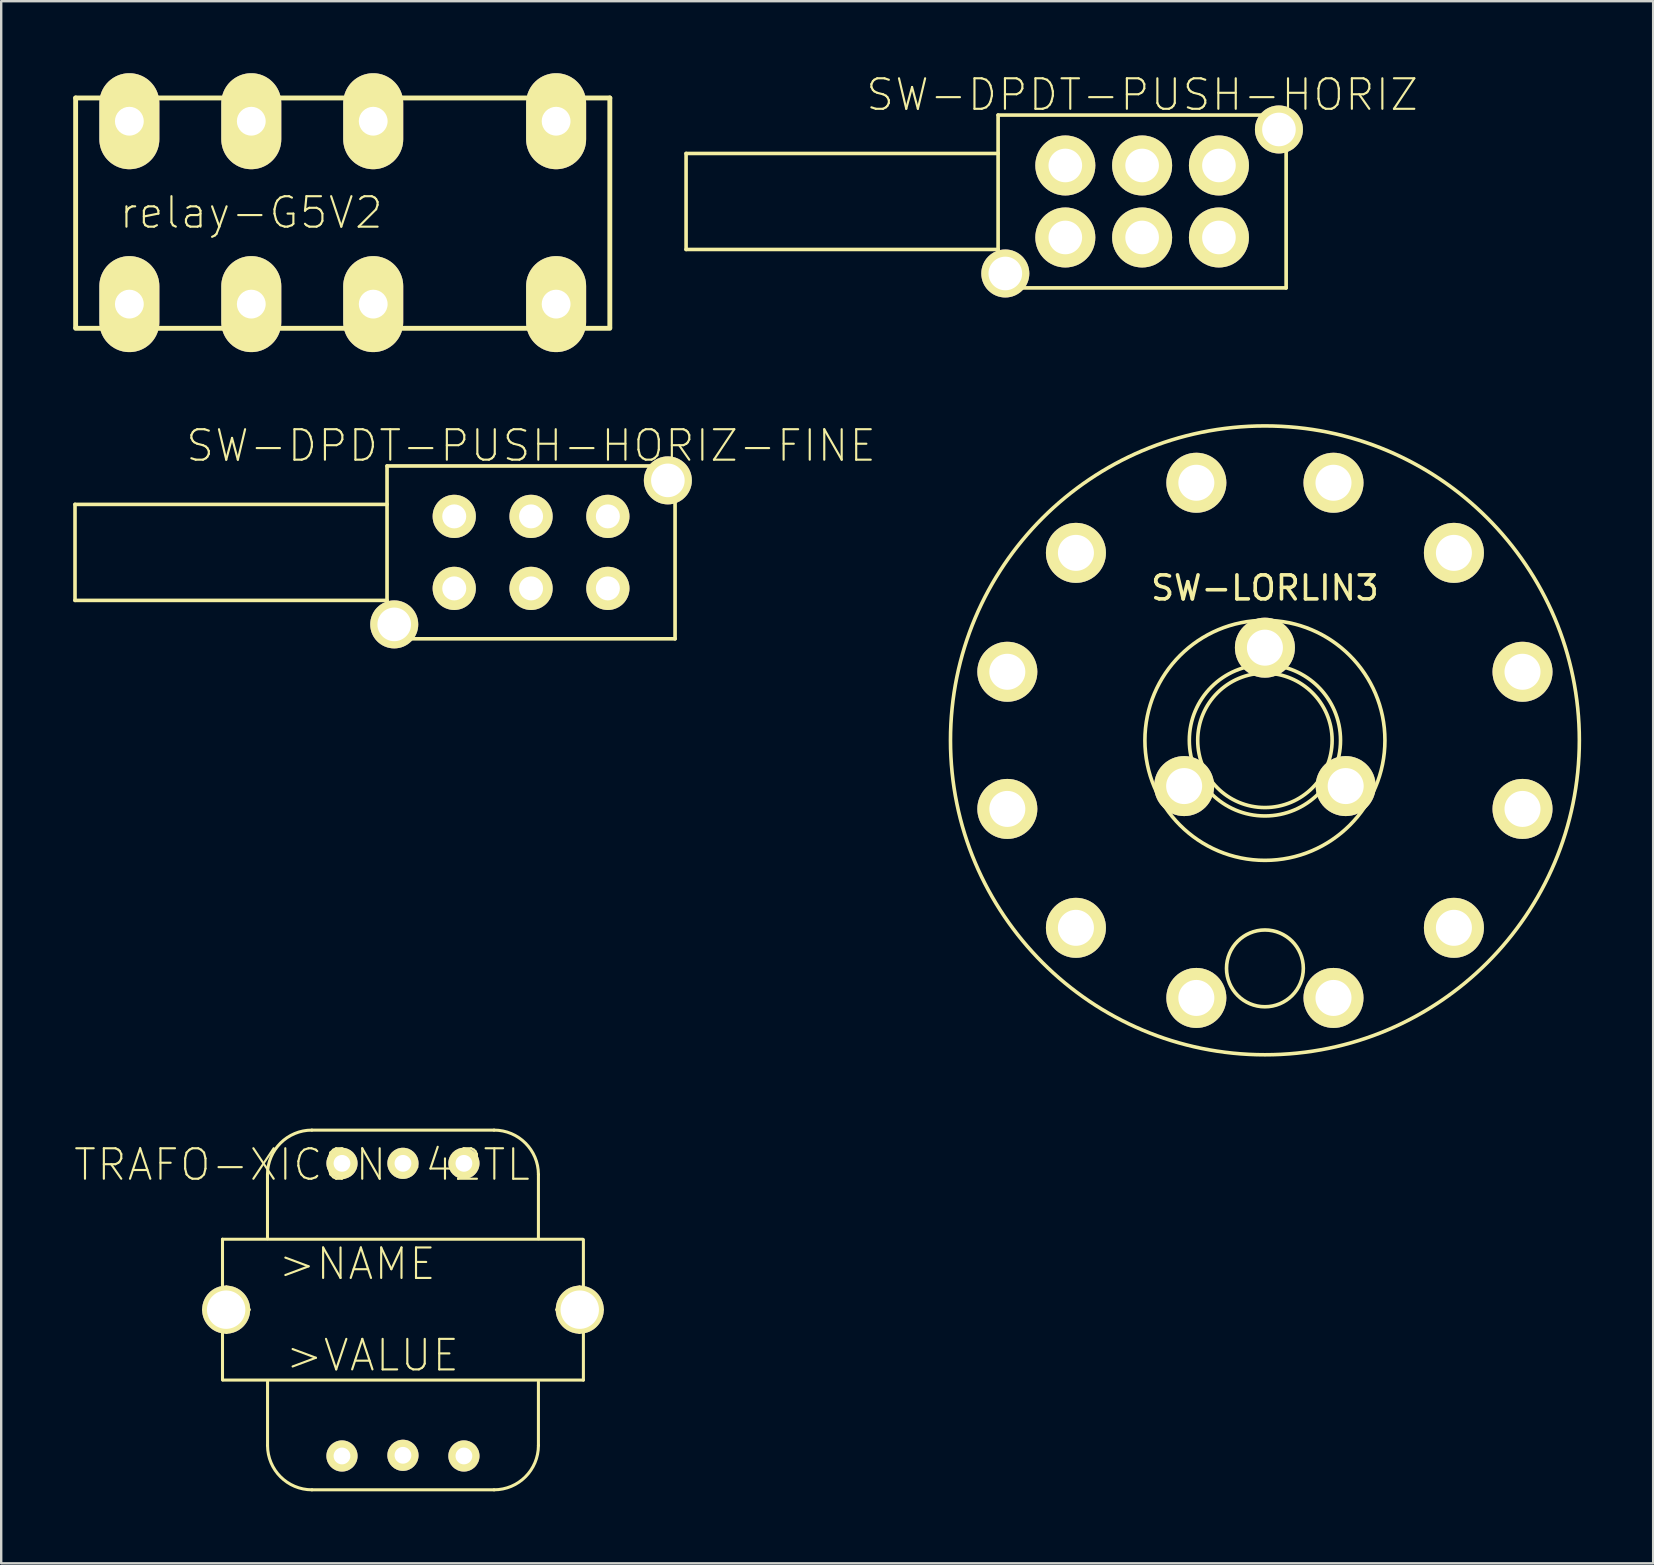
<source format=kicad_pcb>
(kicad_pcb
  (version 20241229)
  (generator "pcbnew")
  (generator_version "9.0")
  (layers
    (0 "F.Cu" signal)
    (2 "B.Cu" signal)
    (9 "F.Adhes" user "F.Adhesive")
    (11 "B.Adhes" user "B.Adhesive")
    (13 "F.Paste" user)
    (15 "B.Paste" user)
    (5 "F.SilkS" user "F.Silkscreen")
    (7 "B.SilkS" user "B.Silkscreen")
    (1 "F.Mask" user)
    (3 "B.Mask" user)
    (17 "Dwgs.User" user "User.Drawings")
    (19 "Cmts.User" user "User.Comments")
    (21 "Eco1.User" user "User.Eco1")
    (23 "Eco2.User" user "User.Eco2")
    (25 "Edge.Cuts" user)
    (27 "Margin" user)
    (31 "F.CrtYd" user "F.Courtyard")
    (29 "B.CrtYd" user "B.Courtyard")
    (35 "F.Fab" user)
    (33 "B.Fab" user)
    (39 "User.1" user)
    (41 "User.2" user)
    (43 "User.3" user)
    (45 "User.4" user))
  (footprint "SW-DPDT-PUSH-HORIZ"
    (layer "F.Cu")
    (at 44.534 5.344)
    (property "Reference" "SW-DPDT-PUSH-HORIZ" (at 0 -4.445 0) (layer "F.SilkS") (effects (font (size 1.27 1.27) (thickness 0.089))))
    (attr exclude_from_pos_files exclude_from_bom)
    (fp_line (start -19 -2) (end -19 2) (stroke (width 0.15) (type solid)) (layer "F.SilkS"))
    (fp_line (start -19 2) (end -6 2) (stroke (width 0.15) (type solid)) (layer "F.SilkS"))
    (fp_line (start -6 -3.6) (end 6 -3.6) (stroke (width 0.152) (type solid)) (layer "F.SilkS"))
    (fp_line (start -6 -2) (end -19 -2) (stroke (width 0.15) (type solid)) (layer "F.SilkS"))
    (fp_line (start -6 3.6) (end -6 -3.6) (stroke (width 0.152) (type solid)) (layer "F.SilkS"))
    (fp_line (start -6 3.6) (end 6 3.6) (stroke (width 0.152) (type solid)) (layer "F.SilkS"))
    (fp_line (start 6 3.6) (end 6 -3.6) (stroke (width 0.152) (type solid)) (layer "F.SilkS"))
    (pad "1" thru_hole circle (at -3.2 1.5) (size 2.5 2.5) (drill 1.4) (layers "*.Cu" "*.Mask" "F.SilkS"))
    (pad "2" thru_hole circle (at 0 1.5) (size 2.5 2.5) (drill 1.4) (layers "*.Cu" "*.Mask" "F.SilkS"))
    (pad "3" thru_hole circle (at 3.2 1.5) (size 2.5 2.5) (drill 1.4) (layers "*.Cu" "*.Mask" "F.SilkS"))
    (pad "4" thru_hole circle (at -3.2 -1.5) (size 2.5 2.5) (drill 1.4) (layers "*.Cu" "*.Mask" "F.SilkS"))
    (pad "5" thru_hole circle (at 0 -1.5) (size 2.5 2.5) (drill 1.4) (layers "*.Cu" "*.Mask" "F.SilkS"))
    (pad "6" thru_hole circle (at 3.2 -1.5) (size 2.5 2.5) (drill 1.4) (layers "*.Cu" "*.Mask" "F.SilkS"))
    (pad "G" thru_hole circle (at -5.7 3) (size 2 2) (drill 1.4) (layers "*.Cu" "*.Mask" "F.SilkS"))
    (pad "G" thru_hole circle (at 5.7 -3) (size 2 2) (drill 1.4) (layers "*.Cu" "*.Mask" "F.SilkS")))
  (footprint "TRAFO-XICON-42TL"
    (layer "F.Cu")
    (at 13.738 51.514)
    (property "Reference" "TRAFO-XICON-42TL" (at -4.206 -6.038 0) (layer "F.SilkS") (effects (font (size 1.27 1.27) (thickness 0.089))))
    (attr exclude_from_pos_files exclude_from_bom)
    (fp_line (start -8.303 0) (end -6.401 0) (stroke (width 0.127) (type solid)) (layer "F.SilkS"))
    (fp_line (start -7.518 2.931) (end -7.518 -2.934) (stroke (width 0.127) (type solid)) (layer "F.SilkS"))
    (fp_line (start -7.493 2.934) (end 7.518 2.934) (stroke (width 0.127) (type solid)) (layer "F.SilkS"))
    (fp_line (start -7.353 0.95) (end -7.353 -0.95) (stroke (width 0.127) (type solid)) (layer "F.SilkS"))
    (fp_line (start -5.644 -2.957) (end -5.644 -5.631) (stroke (width 0.127) (type solid)) (layer "F.SilkS"))
    (fp_line (start -5.641 5.657) (end -5.641 3.01) (stroke (width 0.127) (type solid)) (layer "F.SilkS"))
    (fp_line (start -3.792 7.506) (end 3.795 7.506) (stroke (width 0.127) (type solid)) (layer "F.SilkS"))
    (fp_line (start 3.795 -7.48) (end -3.795 -7.48) (stroke (width 0.127) (type solid)) (layer "F.SilkS"))
    (fp_line (start 5.644 -5.631) (end 5.644 -2.957) (stroke (width 0.127) (type solid)) (layer "F.SilkS"))
    (fp_line (start 5.644 5.657) (end 5.644 3.01) (stroke (width 0.127) (type solid)) (layer "F.SilkS"))
    (fp_line (start 6.401 0) (end 8.303 0) (stroke (width 0.127) (type solid)) (layer "F.SilkS"))
    (fp_line (start 7.353 0.95) (end 7.353 -0.95) (stroke (width 0.127) (type solid)) (layer "F.SilkS"))
    (fp_line (start 7.493 -2.934) (end -7.518 -2.934) (stroke (width 0.127) (type solid)) (layer "F.SilkS"))
    (fp_line (start 7.518 -2.916) (end 7.518 2.934) (stroke (width 0.127) (type solid)) (layer "F.SilkS"))
    (fp_arc (start -5.64388 -5.63118) (mid -5.102285 -6.938705) (end -3.79476 -7.4803) (stroke (width 0.127) (type solid)) (layer "F.SilkS"))
    (fp_arc (start -3.79222 7.5057) (mid -5.099745 6.964105) (end -5.64134 5.65658) (stroke (width 0.127) (type solid)) (layer "F.SilkS"))
    (fp_arc (start 3.79476 -7.4803) (mid 5.102285 -6.938705) (end 5.64388 -5.63118) (stroke (width 0.127) (type solid)) (layer "F.SilkS"))
    (fp_arc (start 5.64388 5.65658) (mid 5.102285 6.964105) (end 3.79476 7.5057) (stroke (width 0.127) (type solid)) (layer "F.SilkS"))
    (fp_circle (center -7.353 0) (end -7.828 0.475) (stroke (width 0.127) (type solid)) (fill no) (layer "F.SilkS"))
    (fp_circle (center 7.353 0) (end 7.828 0.475) (stroke (width 0.127) (type solid)) (fill no) (layer "F.SilkS"))
    (fp_text user ">VALUE" (at -1.27 1.905 0) (layer "F.SilkS") (effects (font (size 1.27 1.27) (thickness 0.089))))
    (fp_text user ">NAME" (at -1.905 -1.905 0) (layer "F.SilkS") (effects (font (size 1.27 1.27) (thickness 0.089))))
    (pad "1" thru_hole circle (at -2.54 6.096) (size 1.298 1.298) (drill 0.699) (layers "*.Cu" "*.Mask" "F.SilkS"))
    (pad "2" thru_hole circle (at 0 6.068) (size 1.298 1.298) (drill 0.699) (layers "*.Cu" "*.Mask" "F.SilkS"))
    (pad "3" thru_hole circle (at 2.54 6.096) (size 1.298 1.298) (drill 0.699) (layers "*.Cu" "*.Mask" "F.SilkS"))
    (pad "4" thru_hole circle (at 2.54 -6.096) (size 1.298 1.298) (drill 0.699) (layers "*.Cu" "*.Mask" "F.SilkS"))
    (pad "5" thru_hole circle (at 0 -6.096) (size 1.298 1.298) (drill 0.699) (layers "*.Cu" "*.Mask" "F.SilkS"))
    (pad "6" thru_hole circle (at -2.54 -6.096) (size 1.298 1.298) (drill 0.699) (layers "*.Cu" "*.Mask" "F.SilkS"))
    (pad "X" thru_hole circle (at -7.366 0) (size 2 2) (drill 1.6) (layers "*.Cu" "*.Mask" "F.SilkS"))
    (pad "X" thru_hole circle (at 7.366 0) (size 2 2) (drill 1.6) (layers "*.Cu" "*.Mask" "F.SilkS")))
  (footprint "SW-LORLIN3"
    (layer "F.Cu")
    (at 49.65 27.795)
    (property "Reference" "SW-LORLIN3" (at 0 -6.35 0) (layer "F.SilkS") (effects (font (size 1 1) (thickness 0.15))))
    (attr through_hole)
    (fp_circle (center 0 0) (end 2.8 0) (stroke (width 0.15) (type solid)) (fill no) (layer "F.SilkS"))
    (fp_circle (center 0 0) (end 3.15 0) (stroke (width 0.15) (type solid)) (fill no) (layer "F.SilkS"))
    (fp_circle (center 0 0) (end 5 0) (stroke (width 0.15) (type solid)) (fill no) (layer "F.SilkS"))
    (fp_circle (center 0 0) (end 13.1 0) (stroke (width 0.15) (type solid)) (fill no) (layer "F.SilkS"))
    (fp_circle (center 0 9.5) (end 0 11.1) (stroke (width 0.15) (type solid)) (fill no) (layer "F.SilkS"))
    (pad "1" thru_hole circle (at -2.857 10.732) (size 2.5 2.5) (drill 1.5) (layers "*.Cu" "*.Mask" "F.SilkS"))
    (pad "2" thru_hole circle (at -7.874 7.811) (size 2.5 2.5) (drill 1.5) (layers "*.Cu" "*.Mask" "F.SilkS"))
    (pad "3" thru_hole circle (at -10.732 2.857) (size 2.5 2.5) (drill 1.5) (layers "*.Cu" "*.Mask" "F.SilkS"))
    (pad "4" thru_hole circle (at -10.732 -2.857) (size 2.5 2.5) (drill 1.5) (layers "*.Cu" "*.Mask" "F.SilkS"))
    (pad "5" thru_hole circle (at -7.874 -7.811) (size 2.5 2.5) (drill 1.5) (layers "*.Cu" "*.Mask" "F.SilkS"))
    (pad "6" thru_hole circle (at -2.857 -10.732) (size 2.5 2.5) (drill 1.5) (layers "*.Cu" "*.Mask" "F.SilkS"))
    (pad "7" thru_hole circle (at 2.857 -10.732) (size 2.5 2.5) (drill 1.5) (layers "*.Cu" "*.Mask" "F.SilkS"))
    (pad "8" thru_hole circle (at 7.874 -7.811) (size 2.5 2.5) (drill 1.5) (layers "*.Cu" "*.Mask" "F.SilkS"))
    (pad "9" thru_hole circle (at 10.732 -2.857) (size 2.5 2.5) (drill 1.5) (layers "*.Cu" "*.Mask" "F.SilkS"))
    (pad "10" thru_hole circle (at 10.732 2.857) (size 2.5 2.5) (drill 1.5) (layers "*.Cu" "*.Mask" "F.SilkS"))
    (pad "11" thru_hole circle (at 7.874 7.811) (size 2.5 2.5) (drill 1.5) (layers "*.Cu" "*.Mask" "F.SilkS"))
    (pad "12" thru_hole circle (at 2.857 10.732) (size 2.5 2.5) (drill 1.5) (layers "*.Cu" "*.Mask" "F.SilkS"))
    (pad "A" thru_hole circle (at -3.365 1.905) (size 2.5 2.5) (drill 1.5) (layers "*.Cu" "*.Mask" "F.SilkS"))
    (pad "B" thru_hole circle (at 0 -3.861) (size 2.5 2.5) (drill 1.5) (layers "*.Cu" "*.Mask" "F.SilkS"))
    (pad "C" thru_hole circle (at 3.365 1.905) (size 2.5 2.5) (drill 1.5) (layers "*.Cu" "*.Mask" "F.SilkS")))
  (footprint "SW-DPDT-PUSH-HORIZ-FINE"
    (layer "F.Cu")
    (at 19.075 19.964)
    (property "Reference" "SW-DPDT-PUSH-HORIZ-FINE" (at 0 -4.445 0) (layer "F.SilkS") (effects (font (size 1.27 1.27) (thickness 0.089))))
    (attr exclude_from_pos_files exclude_from_bom)
    (fp_line (start -19 -2) (end -19 2) (stroke (width 0.15) (type solid)) (layer "F.SilkS"))
    (fp_line (start -19 2) (end -6 2) (stroke (width 0.15) (type solid)) (layer "F.SilkS"))
    (fp_line (start -6 -3.6) (end 6 -3.6) (stroke (width 0.152) (type solid)) (layer "F.SilkS"))
    (fp_line (start -6 -2) (end -19 -2) (stroke (width 0.15) (type solid)) (layer "F.SilkS"))
    (fp_line (start -6 3.6) (end -6 -3.6) (stroke (width 0.152) (type solid)) (layer "F.SilkS"))
    (fp_line (start -6 3.6) (end 6 3.6) (stroke (width 0.152) (type solid)) (layer "F.SilkS"))
    (fp_line (start 6 3.6) (end 6 -3.6) (stroke (width 0.152) (type solid)) (layer "F.SilkS"))
    (pad "1" thru_hole circle (at -3.2 1.5) (size 1.8 1.8) (drill 1) (layers "*.Cu" "*.Mask" "F.SilkS"))
    (pad "2" thru_hole circle (at 0 1.5) (size 1.8 1.8) (drill 1) (layers "*.Cu" "*.Mask" "F.SilkS"))
    (pad "3" thru_hole circle (at 3.2 1.5) (size 1.8 1.8) (drill 1) (layers "*.Cu" "*.Mask" "F.SilkS"))
    (pad "4" thru_hole circle (at -3.2 -1.5) (size 1.8 1.8) (drill 1) (layers "*.Cu" "*.Mask" "F.SilkS"))
    (pad "5" thru_hole circle (at 0 -1.5) (size 1.8 1.8) (drill 1) (layers "*.Cu" "*.Mask" "F.SilkS"))
    (pad "6" thru_hole circle (at 3.2 -1.5) (size 1.8 1.8) (drill 1) (layers "*.Cu" "*.Mask" "F.SilkS"))
    (pad "G" thru_hole circle (at -5.7 3) (size 2 2) (drill 1.4) (layers "*.Cu" "*.Mask" "F.SilkS"))
    (pad "G" thru_hole circle (at 5.7 -3) (size 2 2) (drill 1.4) (layers "*.Cu" "*.Mask" "F.SilkS")))
  (footprint "relay-G5V2"
    (layer "F.Cu")
    (at 12.499 5.81)
    (property "Reference" "relay-G5V2" (at -5.08 0 0) (layer "F.SilkS") (effects (font (size 1.27 1.27) (thickness 0.089))))
    (attr exclude_from_pos_files exclude_from_bom)
    (fp_line (start -12.398 4.778) (end -12.398 -4.778) (stroke (width 0.203) (type solid)) (layer "F.SilkS"))
    (fp_line (start -12.398 4.818) (end 9.858 4.818) (stroke (width 0.203) (type solid)) (layer "F.SilkS"))
    (fp_line (start 9.858 -4.778) (end -12.398 -4.778) (stroke (width 0.203) (type solid)) (layer "F.SilkS"))
    (fp_line (start 9.858 -4.778) (end 9.858 4.778) (stroke (width 0.203) (type solid)) (layer "F.SilkS"))
    (pad "1" thru_hole oval (at 7.62 -3.81) (size 2.5 4) (drill 1.2) (layers "*.Cu" "*.Mask" "F.SilkS"))
    (pad "4" thru_hole oval (at 0 -3.81) (size 2.5 4) (drill 1.2) (layers "*.Cu" "*.Mask" "F.SilkS"))
    (pad "6" thru_hole oval (at -5.08 -3.81) (size 2.5 4) (drill 1.2) (layers "*.Cu" "*.Mask" "F.SilkS"))
    (pad "8" thru_hole oval (at -10.16 -3.81) (size 2.5 4) (drill 1.2) (layers "*.Cu" "*.Mask" "F.SilkS"))
    (pad "9" thru_hole oval (at -10.16 3.81) (size 2.5 4) (drill 1.2) (layers "*.Cu" "*.Mask" "F.SilkS"))
    (pad "11" thru_hole oval (at -5.08 3.81) (size 2.5 4) (drill 1.2) (layers "*.Cu" "*.Mask" "F.SilkS"))
    (pad "13" thru_hole oval (at 0 3.81) (size 2.5 4) (drill 1.2) (layers "*.Cu" "*.Mask" "F.SilkS"))
    (pad "16" thru_hole oval (at 7.62 3.81) (size 2.5 4) (drill 1.2) (layers "*.Cu" "*.Mask" "F.SilkS")))
  (gr_rect
    (start -3 -3)
    (end 65.825 62.083)
    (stroke (width 0.1) (type default))
    (fill no)
    (layer "Edge.Cuts")))
</source>
